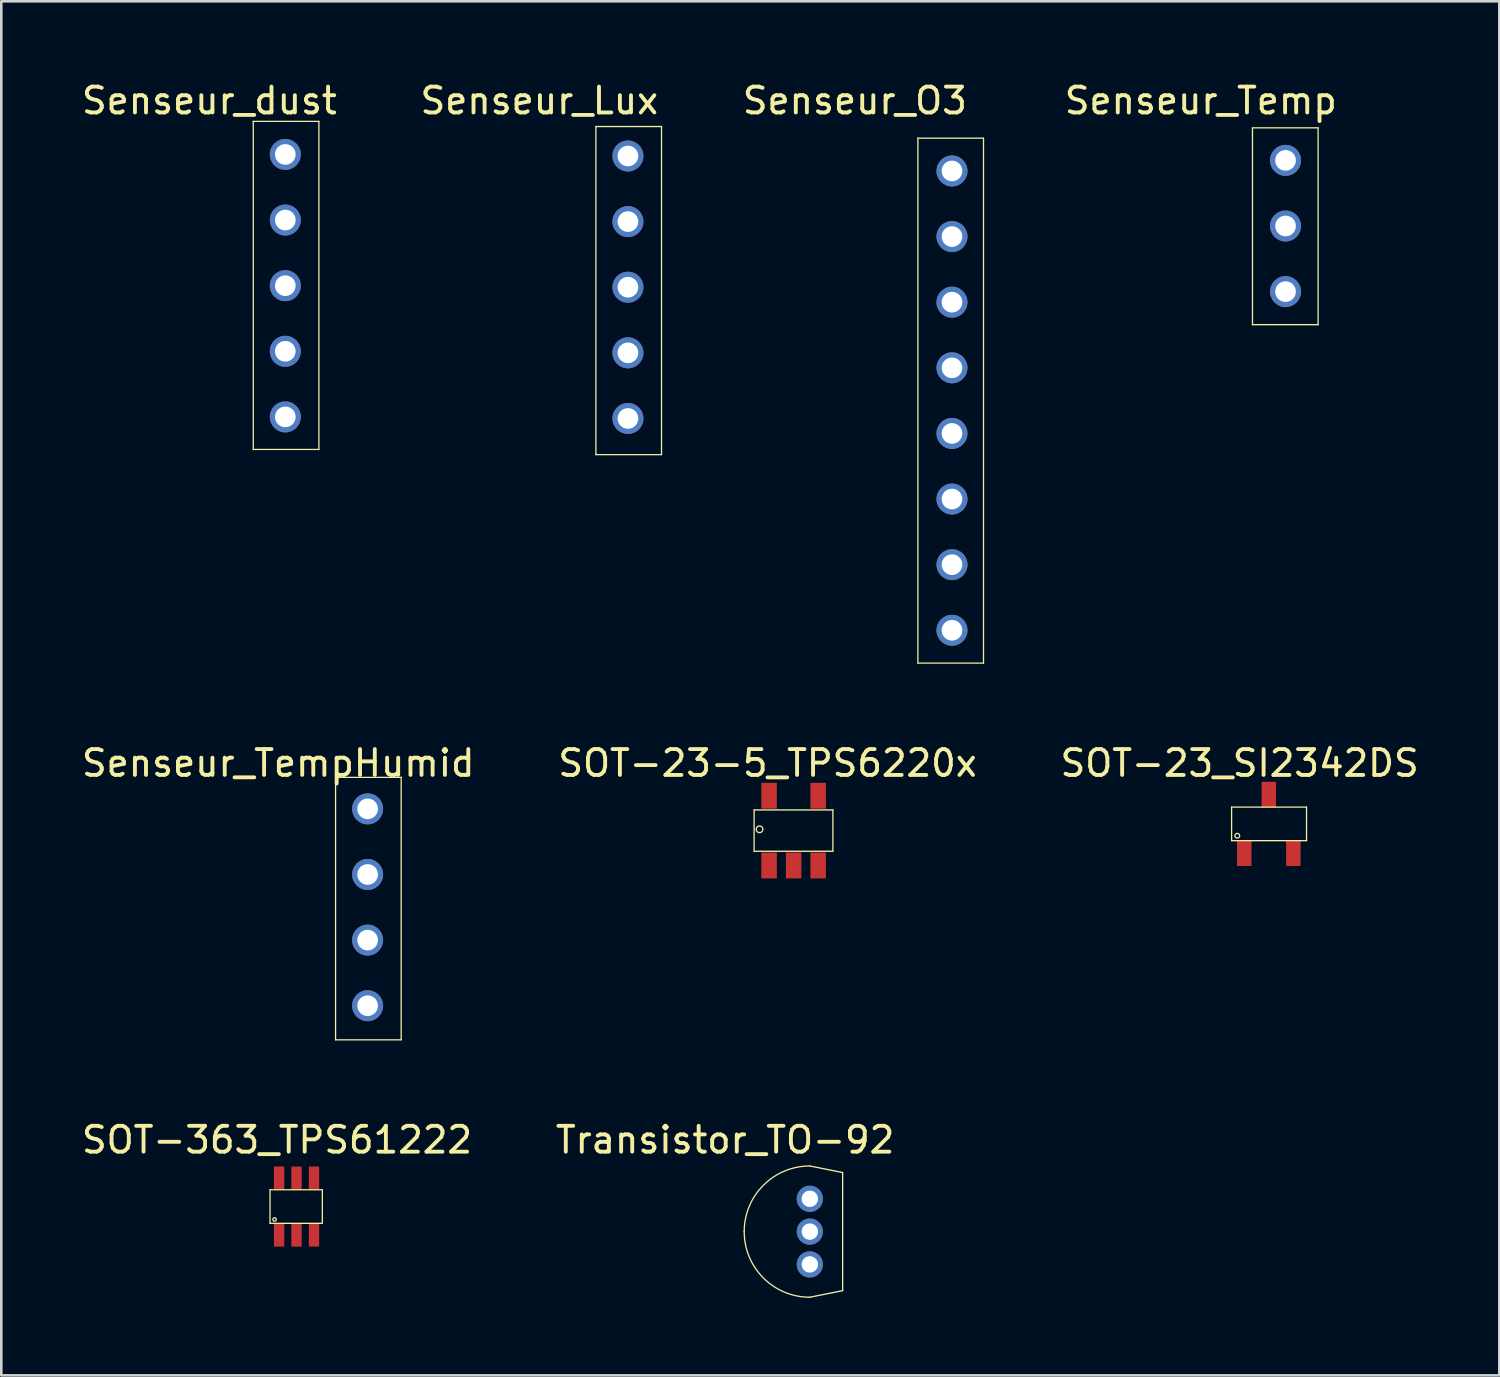
<source format=kicad_pcb>
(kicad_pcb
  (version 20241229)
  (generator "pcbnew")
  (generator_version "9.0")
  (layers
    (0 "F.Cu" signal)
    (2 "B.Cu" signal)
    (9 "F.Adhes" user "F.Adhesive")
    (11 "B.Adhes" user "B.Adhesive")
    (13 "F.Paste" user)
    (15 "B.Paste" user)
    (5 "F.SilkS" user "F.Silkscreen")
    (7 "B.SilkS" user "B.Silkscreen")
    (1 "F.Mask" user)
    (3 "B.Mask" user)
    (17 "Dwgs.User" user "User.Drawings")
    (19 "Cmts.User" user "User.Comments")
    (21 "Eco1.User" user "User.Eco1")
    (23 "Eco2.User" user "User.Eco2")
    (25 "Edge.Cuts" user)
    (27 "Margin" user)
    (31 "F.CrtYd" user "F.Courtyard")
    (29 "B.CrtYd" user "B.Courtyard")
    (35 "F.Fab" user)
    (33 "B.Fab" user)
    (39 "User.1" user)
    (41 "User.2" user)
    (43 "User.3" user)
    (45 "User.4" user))
  (footprint "Senseur_Temp"
    (layer "F.Cu")
    (at 45.423 1.908)
    (property "Reference" "Senseur_Temp" (at -1.99 -1.06 0) (layer "F.SilkS") (effects (font (size 1 1) (thickness 0.15))))
    (attr through_hole)
    (fp_line (start 0.01 -0.01) (end 2.55 -0.01) (stroke (width 0.05) (type solid)) (layer "F.SilkS"))
    (fp_line (start 0.01 7.61) (end 0.01 -0.01) (stroke (width 0.05) (type solid)) (layer "F.SilkS"))
    (fp_line (start 2.55 -0.01) (end 2.55 7.61) (stroke (width 0.05) (type solid)) (layer "F.SilkS"))
    (fp_line (start 2.55 7.61) (end 0.01 7.61) (stroke (width 0.05) (type solid)) (layer "F.SilkS"))
    (pad "1" thru_hole circle (at 1.29 1.25) (size 1.2 1.2) (drill 0.8) (layers "*.Cu" "*.Mask"))
    (pad "2" thru_hole circle (at 1.29 3.79) (size 1.2 1.2) (drill 0.8) (layers "*.Cu" "*.Mask"))
    (pad "3" thru_hole circle (at 1.29 6.33) (size 1.2 1.2) (drill 0.8) (layers "*.Cu" "*.Mask")))
  (footprint "SOT-23_SI2342DS"
    (layer "F.Cu")
    (at 44.835 27.502)
    (property "Reference" "SOT-23_SI2342DS" (at 0.1 -1.01 0) (layer "F.SilkS") (effects (font (size 1 1) (thickness 0.15))))
    (attr through_hole)
    (fp_line (start -0.21 0.69) (end -0.21 1.99) (stroke (width 0.05) (type solid)) (layer "F.SilkS"))
    (fp_line (start -0.21 0.69) (end 2.69 0.69) (stroke (width 0.05) (type solid)) (layer "F.SilkS"))
    (fp_line (start -0.21 1.99) (end 2.69 1.99) (stroke (width 0.05) (type solid)) (layer "F.SilkS"))
    (fp_line (start 2.69 0.69) (end 2.69 1.99) (stroke (width 0.05) (type solid)) (layer "F.SilkS"))
    (fp_circle (center 0.01 1.8) (end 0.08 1.86) (stroke (width 0.05) (type solid)) (fill no) (layer "F.SilkS"))
    (pad "1" smd rect (at 0.28 2.47) (size 0.56 1) (layers "F.Cu" "F.Mask" "F.Paste"))
    (pad "2" smd rect (at 2.18 2.47) (size 0.56 1) (layers "F.Cu" "F.Mask" "F.Paste"))
    (pad "3" smd rect (at 1.23 0.21) (size 0.56 1) (layers "F.Cu" "F.Mask" "F.Paste")))
  (footprint "Senseur_Lux"
    (layer "F.Cu")
    (at 20.007 1.858)
    (property "Reference" "Senseur_Lux" (at -2.18 -1.01 0) (layer "F.SilkS") (effects (font (size 1 1) (thickness 0.15))))
    (attr through_hole)
    (fp_line (start 0.01 -0.01) (end 0.01 12.69) (stroke (width 0.05) (type solid)) (layer "F.SilkS"))
    (fp_line (start 0.01 -0.01) (end 2.55 -0.01) (stroke (width 0.05) (type solid)) (layer "F.SilkS"))
    (fp_line (start 0.01 12.69) (end 2.55 12.69) (stroke (width 0.05) (type solid)) (layer "F.SilkS"))
    (fp_line (start 2.55 -0.01) (end 2.55 12.69) (stroke (width 0.05) (type solid)) (layer "F.SilkS"))
    (pad "1" thru_hole circle (at 1.25 1.13) (size 1.2 1.2) (drill 0.8) (layers "*.Cu" "*.Mask"))
    (pad "2" thru_hole circle (at 1.25 3.67) (size 1.2 1.2) (drill 0.8) (layers "*.Cu" "*.Mask"))
    (pad "3" thru_hole circle (at 1.25 6.21) (size 1.2 1.2) (drill 0.8) (layers "*.Cu" "*.Mask"))
    (pad "4" thru_hole circle (at 1.25 8.75) (size 1.2 1.2) (drill 0.8) (layers "*.Cu" "*.Mask"))
    (pad "5" thru_hole circle (at 1.25 11.29) (size 1.2 1.2) (drill 0.8) (layers "*.Cu" "*.Mask")))
  (footprint "SOT-363_TPS61222"
    (layer "F.Cu")
    (at 7.553 42.105)
    (property "Reference" "SOT-363_TPS61222" (at 0.12 -1.03 0) (layer "F.SilkS") (effects (font (size 1 1) (thickness 0.15))))
    (attr through_hole)
    (fp_line (start -0.15 0.9) (end -0.15 2.2) (stroke (width 0.05) (type solid)) (layer "F.SilkS"))
    (fp_line (start -0.15 0.9) (end 1.85 0.9) (stroke (width 0.05) (type solid)) (layer "F.SilkS"))
    (fp_line (start -0.15 2.2) (end 1.85 2.2) (stroke (width 0.05) (type solid)) (layer "F.SilkS"))
    (fp_line (start 1.875 0.9) (end 1.875 2.2) (stroke (width 0.05) (type solid)) (layer "F.SilkS"))
    (fp_circle (center 0.025 2.05) (end 0.085 2.08) (stroke (width 0.05) (type solid)) (fill no) (layer "F.SilkS"))
    (pad "1" smd rect (at 0.2 2.65) (size 0.4 0.9) (layers "F.Cu" "F.Mask" "F.Paste"))
    (pad "2" smd rect (at 0.875 2.65) (size 0.4 0.9) (layers "F.Cu" "F.Mask" "F.Paste"))
    (pad "3" smd rect (at 1.551 2.65) (size 0.4 0.9) (layers "F.Cu" "F.Mask" "F.Paste"))
    (pad "4" smd rect (at 1.551 0.45) (size 0.4 0.9) (layers "F.Cu" "F.Mask" "F.Paste"))
    (pad "5" smd rect (at 0.875 0.45) (size 0.4 0.9) (layers "F.Cu" "F.Mask" "F.Paste"))
    (pad "6" smd rect (at 0.2 0.45) (size 0.4 0.9) (layers "F.Cu" "F.Mask" "F.Paste")))
  (footprint "Senseur_O3"
    (layer "F.Cu")
    (at 32.441 2.368)
    (property "Reference" "Senseur_O3" (at -2.4 -1.52 0) (layer "F.SilkS") (effects (font (size 1 1) (thickness 0.15))))
    (attr through_hole)
    (fp_line (start 0.04 -0.07) (end 2.58 -0.07) (stroke (width 0.05) (type solid)) (layer "F.SilkS"))
    (fp_line (start 0.04 20.25) (end 0.04 -0.07) (stroke (width 0.05) (type solid)) (layer "F.SilkS"))
    (fp_line (start 2.58 -0.07) (end 2.58 20.25) (stroke (width 0.05) (type solid)) (layer "F.SilkS"))
    (fp_line (start 2.58 20.25) (end 0.04 20.25) (stroke (width 0.05) (type solid)) (layer "F.SilkS"))
    (pad "1" thru_hole circle (at 1.36 1.2) (size 1.2 1.2) (drill 0.8) (layers "*.Cu" "*.Mask"))
    (pad "2" thru_hole circle (at 1.36 3.74) (size 1.2 1.2) (drill 0.8) (layers "*.Cu" "*.Mask"))
    (pad "3" thru_hole circle (at 1.36 6.28) (size 1.2 1.2) (drill 0.8) (layers "*.Cu" "*.Mask"))
    (pad "4" thru_hole circle (at 1.36 8.82) (size 1.2 1.2) (drill 0.8) (layers "*.Cu" "*.Mask"))
    (pad "5" thru_hole circle (at 1.36 11.36) (size 1.2 1.2) (drill 0.8) (layers "*.Cu" "*.Mask"))
    (pad "6" thru_hole circle (at 1.36 13.9) (size 1.2 1.2) (drill 0.8) (layers "*.Cu" "*.Mask"))
    (pad "7" thru_hole circle (at 1.36 16.44) (size 1.2 1.2) (drill 0.8) (layers "*.Cu" "*.Mask"))
    (pad "8" thru_hole circle (at 1.36 18.98) (size 1.2 1.2) (drill 0.8) (layers "*.Cu" "*.Mask")))
  (footprint "Senseur_TempHumid"
    (layer "F.Cu")
    (at 9.89 27.061)
    (property "Reference" "Senseur_TempHumid" (at -2.17 -0.57 0) (layer "F.SilkS") (effects (font (size 1 1) (thickness 0.15))))
    (attr through_hole)
    (fp_line (start 0.05 -0.02) (end 0.05 10.14) (stroke (width 0.05) (type solid)) (layer "F.SilkS"))
    (fp_line (start 0.05 10.14) (end 2.59 10.14) (stroke (width 0.05) (type solid)) (layer "F.SilkS"))
    (fp_line (start 2.59 -0.02) (end 0.05 -0.02) (stroke (width 0.05) (type solid)) (layer "F.SilkS"))
    (fp_line (start 2.59 10.14) (end 2.59 -0.02) (stroke (width 0.05) (type solid)) (layer "F.SilkS"))
    (pad "1" thru_hole circle (at 1.29 1.2) (size 1.2 1.2) (drill 0.8) (layers "*.Cu" "*.Mask"))
    (pad "2" thru_hole circle (at 1.29 3.74) (size 1.2 1.2) (drill 0.8) (layers "*.Cu" "*.Mask"))
    (pad "3" thru_hole circle (at 1.29 6.28) (size 1.2 1.2) (drill 0.8) (layers "*.Cu" "*.Mask"))
    (pad "4" thru_hole circle (at 1.29 8.82) (size 1.2 1.2) (drill 0.8) (layers "*.Cu" "*.Mask")))
  (footprint "Transistor_TO-92"
    (layer "F.Cu")
    (at 27.028 42.085)
    (property "Reference" "Transistor_TO-92" (at -2.01 -1.01 0) (layer "F.SilkS") (effects (font (size 1 1) (thickness 0.15))))
    (attr through_hole)
    (fp_line (start 1.27 0) (end 2.54 0.254) (stroke (width 0.05) (type solid)) (layer "F.SilkS"))
    (fp_line (start 1.27 5.08) (end 2.54 4.826) (stroke (width 0.05) (type solid)) (layer "F.SilkS"))
    (fp_line (start 2.54 4.826) (end 2.54 0.254) (stroke (width 0.05) (type solid)) (layer "F.SilkS"))
    (fp_arc (start -1.27 2.54) (mid -0.526051 0.743949) (end 1.27 0) (stroke (width 0.05) (type solid)) (layer "F.SilkS"))
    (fp_arc (start 1.27 5.08) (mid -0.526051 4.336051) (end -1.27 2.54) (stroke (width 0.05) (type solid)) (layer "F.SilkS"))
    (pad "1" thru_hole circle (at 1.27 3.81) (size 1.016 1.016) (drill 0.635) (layers "*.Cu" "*.Mask"))
    (pad "2" thru_hole circle (at 1.27 2.54) (size 1.016 1.016) (drill 0.635) (layers "*.Cu" "*.Mask"))
    (pad "3" thru_hole circle (at 1.27 1.27) (size 1.016 1.016) (drill 0.635) (layers "*.Cu" "*.Mask")))
  (footprint "Senseur_dust"
    (layer "F.Cu")
    (at 6.754 1.648)
    (property "Reference" "Senseur_dust" (at -1.7 -0.8 0) (layer "F.SilkS") (effects (font (size 1 1) (thickness 0.15))))
    (attr through_hole)
    (fp_line (start 0 0) (end 0 12.7) (stroke (width 0.05) (type solid)) (layer "F.SilkS"))
    (fp_line (start 0 12.7) (end 2.54 12.7) (stroke (width 0.05) (type solid)) (layer "F.SilkS"))
    (fp_line (start 2.54 0) (end 0 0) (stroke (width 0.05) (type solid)) (layer "F.SilkS"))
    (fp_line (start 2.54 12.7) (end 2.54 0) (stroke (width 0.05) (type solid)) (layer "F.SilkS"))
    (pad "1" thru_hole circle (at 1.24 1.28) (size 1.2 1.2) (drill 0.8) (layers "*.Cu" "*.Mask"))
    (pad "2" thru_hole circle (at 1.24 3.82) (size 1.2 1.2) (drill 0.8) (layers "*.Cu" "*.Mask"))
    (pad "3" thru_hole circle (at 1.24 6.36) (size 1.2 1.2) (drill 0.8) (layers "*.Cu" "*.Mask"))
    (pad "4" thru_hole circle (at 1.24 8.9) (size 1.2 1.2) (drill 0.8) (layers "*.Cu" "*.Mask"))
    (pad "5" thru_hole circle (at 1.24 11.44) (size 1.2 1.2) (drill 0.8) (layers "*.Cu" "*.Mask")))
  (footprint "SOT-23-5_TPS6220x"
    (layer "F.Cu")
    (at 26.421 27.252)
    (property "Reference" "SOT-23-5_TPS6220x" (at 0.24 -0.76 0) (layer "F.SilkS") (effects (font (size 1 1) (thickness 0.15))))
    (attr through_hole)
    (fp_line (start -0.28 1.05) (end -0.28 2.65) (stroke (width 0.05) (type solid)) (layer "F.SilkS"))
    (fp_line (start -0.28 1.05) (end 2.77 1.05) (stroke (width 0.05) (type solid)) (layer "F.SilkS"))
    (fp_line (start -0.28 2.65) (end 2.77 2.65) (stroke (width 0.05) (type solid)) (layer "F.SilkS"))
    (fp_line (start 2.77 1.05) (end 2.77 2.65) (stroke (width 0.05) (type solid)) (layer "F.SilkS"))
    (fp_circle (center -0.07 1.8) (end 0.04 1.87) (stroke (width 0.05) (type solid)) (fill no) (layer "F.SilkS"))
    (pad "1" smd rect (at 0.3 3.2) (size 0.6 1) (layers "F.Cu" "F.Mask" "F.Paste"))
    (pad "2" smd rect (at 1.25 3.2) (size 0.6 1) (layers "F.Cu" "F.Mask" "F.Paste"))
    (pad "3" smd rect (at 2.2 3.2) (size 0.6 1) (layers "F.Cu" "F.Mask" "F.Paste"))
    (pad "4" smd rect (at 2.2 0.5) (size 0.6 1) (layers "F.Cu" "F.Mask" "F.Paste"))
    (pad "5" smd rect (at 0.3 0.5) (size 0.6 1) (layers "F.Cu" "F.Mask" "F.Paste")))
  (gr_rect
    (start -3 -3)
    (end 54.988 50.19)
    (stroke (width 0.1) (type default))
    (fill no)
    (layer "Edge.Cuts")))
</source>
